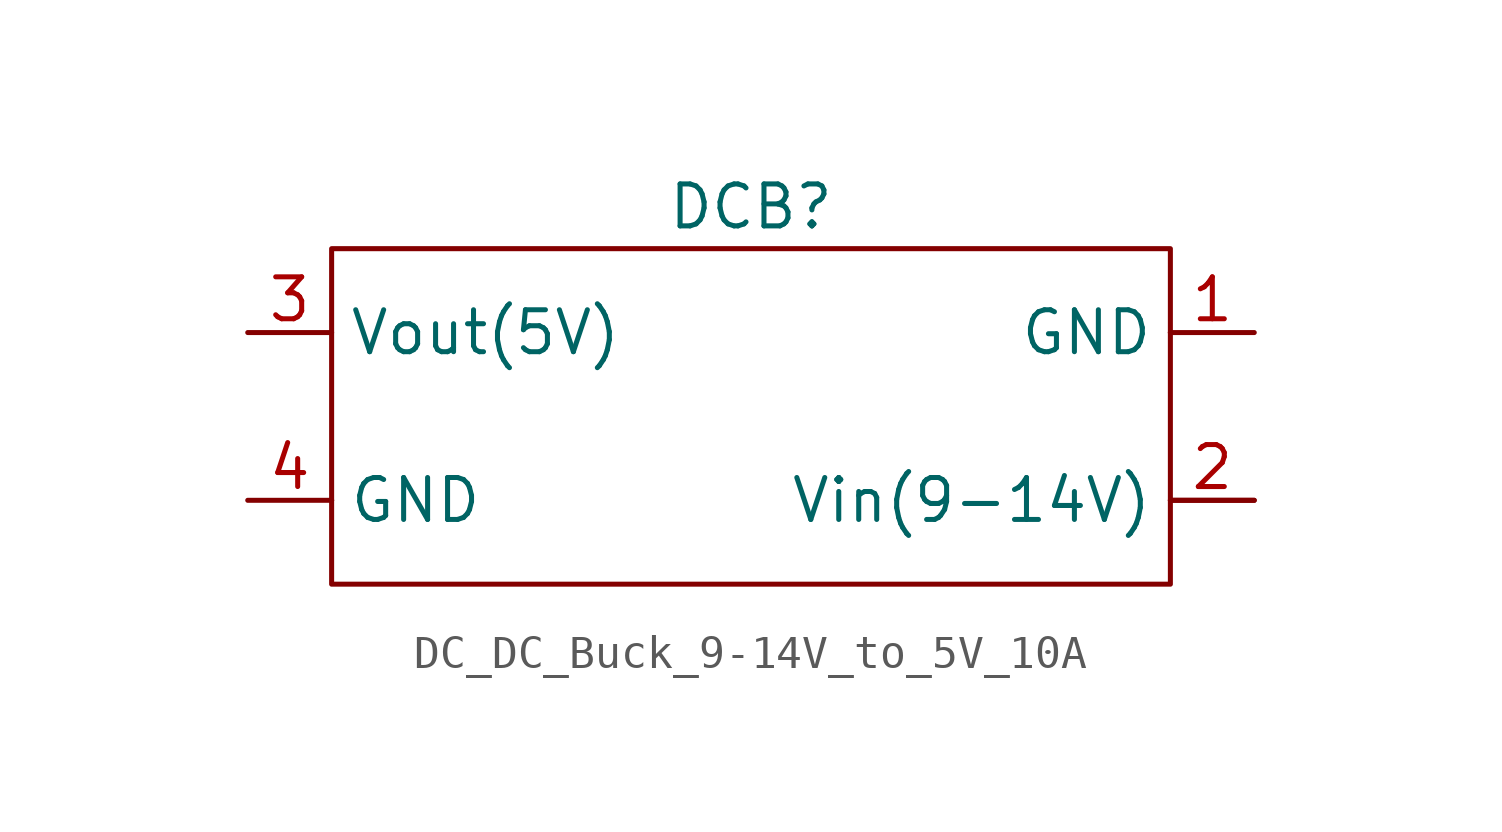
<source format=kicad_sym>
(kicad_symbol_lib
  (version 20241209)
  (generator "kicad_symbol_editor")
  (generator_version "9.0")
  (symbol "DC_DC_Buck_9-14V_to_5V_10A"
    (property "Reference" "DCB"
      (at 0 6.35 0)
      (effects (font (size 1.27 1.27))))
    (property "Value" ""
      (at 0 0 0)
      (effects (font (size 1.27 1.27))))
    (symbol "DC_DC_Buck_9-14V_to_5V_10A_0_1"
      (rectangle (start -12.7 5.08) (end 12.7 -5.08) (stroke (width 0) (type default)) (fill (type none)))
      (polyline (pts (xy -12.7 -2.54) (xy -12.7 -2.54)) (stroke (width 0) (type default)) (fill (type none)))
      (polyline (pts (xy 12.7 2.54) (xy 12.7 2.54)) (stroke (width 0) (type default)) (fill (type none)))
      (polyline (pts (xy 12.7 -2.54) (xy 15.24 -2.54)) (stroke (width 0) (type default)) (fill (type none))))
    (symbol "DC_DC_Buck_9-14V_to_5V_10A_1_1"
      (pin power_out line (at -15.24 2.54 0) (length 2.54) (name "Vout(5V)" (effects (font (size 1.27 1.27)))) (number "3" (effects (font (size 1.27 1.27)))))
      (pin power_out line (at -15.24 -2.54 0) (length 2.54) (name "GND" (effects (font (size 1.27 1.27)))) (number "4" (effects (font (size 1.27 1.27)))))
      (pin power_in line (at 15.24 2.54 180) (length 2.54) (name "GND" (effects (font (size 1.27 1.27)))) (number "1" (effects (font (size 1.27 1.27)))))
      (pin power_in line (at 15.24 -2.54 180) (length 2.54) (name "Vin(9-14V)" (effects (font (size 1.27 1.27)))) (number "2" (effects (font (size 1.27 1.27))))))))
</source>
